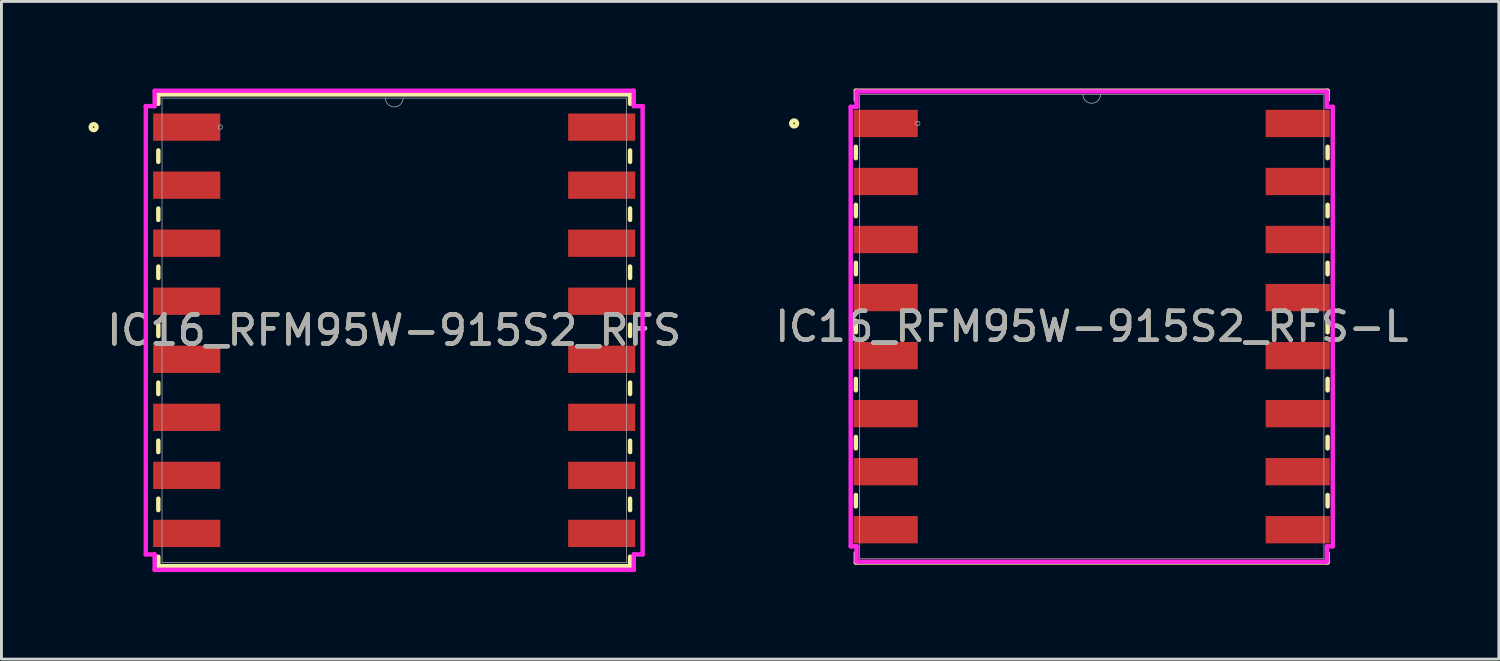
<source format=kicad_pcb>
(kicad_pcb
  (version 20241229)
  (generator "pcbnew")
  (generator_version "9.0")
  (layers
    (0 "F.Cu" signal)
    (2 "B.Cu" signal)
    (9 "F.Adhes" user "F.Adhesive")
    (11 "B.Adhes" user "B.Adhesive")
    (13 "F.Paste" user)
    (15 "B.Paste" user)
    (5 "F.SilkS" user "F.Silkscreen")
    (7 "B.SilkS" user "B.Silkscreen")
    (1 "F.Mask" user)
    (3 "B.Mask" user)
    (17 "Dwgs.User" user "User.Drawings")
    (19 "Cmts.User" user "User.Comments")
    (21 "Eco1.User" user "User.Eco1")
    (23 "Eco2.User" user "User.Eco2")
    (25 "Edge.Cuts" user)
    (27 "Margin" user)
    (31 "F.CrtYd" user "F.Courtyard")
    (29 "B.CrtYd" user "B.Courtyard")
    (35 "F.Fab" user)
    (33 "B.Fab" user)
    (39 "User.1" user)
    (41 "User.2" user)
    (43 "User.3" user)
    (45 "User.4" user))
  (footprint "IC16_RFM95W-915S2_RFS"
    (layer "F.Cu")
    (at 10.534 8.331)
    (property "Reference" "IC16_RFM95W-915S2_RFS" (at 0 0 0) (unlocked yes) (layer "F.SilkS") (effects (font (size 1 1) (thickness 0.15))))
    (attr smd)
    (fp_line (start -8.128 -8.128) (end -8.128 -7.803) (stroke (width 0.152) (type solid)) (layer "F.SilkS"))
    (fp_line (start -8.128 -6.197) (end -8.128 -5.803) (stroke (width 0.152) (type solid)) (layer "F.SilkS"))
    (fp_line (start -8.128 -4.197) (end -8.128 -3.803) (stroke (width 0.152) (type solid)) (layer "F.SilkS"))
    (fp_line (start -8.128 -2.197) (end -8.128 -1.803) (stroke (width 0.152) (type solid)) (layer "F.SilkS"))
    (fp_line (start -8.128 -0.197) (end -8.128 0.197) (stroke (width 0.152) (type solid)) (layer "F.SilkS"))
    (fp_line (start -8.128 1.803) (end -8.128 2.197) (stroke (width 0.152) (type solid)) (layer "F.SilkS"))
    (fp_line (start -8.128 3.803) (end -8.128 4.197) (stroke (width 0.152) (type solid)) (layer "F.SilkS"))
    (fp_line (start -8.128 5.803) (end -8.128 6.197) (stroke (width 0.152) (type solid)) (layer "F.SilkS"))
    (fp_line (start -8.128 7.803) (end -8.128 8.128) (stroke (width 0.152) (type solid)) (layer "F.SilkS"))
    (fp_line (start -8.128 8.128) (end 8.128 8.128) (stroke (width 0.152) (type solid)) (layer "F.SilkS"))
    (fp_line (start 8.128 -8.128) (end -8.128 -8.128) (stroke (width 0.152) (type solid)) (layer "F.SilkS"))
    (fp_line (start 8.128 -7.803) (end 8.128 -8.128) (stroke (width 0.152) (type solid)) (layer "F.SilkS"))
    (fp_line (start 8.128 -5.803) (end 8.128 -6.197) (stroke (width 0.152) (type solid)) (layer "F.SilkS"))
    (fp_line (start 8.128 -3.803) (end 8.128 -4.197) (stroke (width 0.152) (type solid)) (layer "F.SilkS"))
    (fp_line (start 8.128 -1.803) (end 8.128 -2.197) (stroke (width 0.152) (type solid)) (layer "F.SilkS"))
    (fp_line (start 8.128 0.197) (end 8.128 -0.197) (stroke (width 0.152) (type solid)) (layer "F.SilkS"))
    (fp_line (start 8.128 2.197) (end 8.128 1.803) (stroke (width 0.152) (type solid)) (layer "F.SilkS"))
    (fp_line (start 8.128 4.197) (end 8.128 3.803) (stroke (width 0.152) (type solid)) (layer "F.SilkS"))
    (fp_line (start 8.128 6.197) (end 8.128 5.803) (stroke (width 0.152) (type solid)) (layer "F.SilkS"))
    (fp_line (start 8.128 8.128) (end 8.128 7.803) (stroke (width 0.152) (type solid)) (layer "F.SilkS"))
    (fp_circle (center -10.357 -7) (end -10.255 -7) (stroke (width 0.152) (type solid)) (fill no) (layer "F.SilkS"))
    (fp_line (start -8.56 -7.724) (end -8.255 -7.724) (stroke (width 0.152) (type solid)) (layer "F.CrtYd"))
    (fp_line (start -8.56 7.724) (end -8.56 -7.724) (stroke (width 0.152) (type solid)) (layer "F.CrtYd"))
    (fp_line (start -8.56 7.724) (end -8.255 7.724) (stroke (width 0.152) (type solid)) (layer "F.CrtYd"))
    (fp_line (start -8.255 -8.255) (end 8.255 -8.255) (stroke (width 0.152) (type solid)) (layer "F.CrtYd"))
    (fp_line (start -8.255 -7.724) (end -8.255 -8.255) (stroke (width 0.152) (type solid)) (layer "F.CrtYd"))
    (fp_line (start -8.255 8.255) (end -8.255 7.724) (stroke (width 0.152) (type solid)) (layer "F.CrtYd"))
    (fp_line (start 8.255 -8.255) (end 8.255 -7.724) (stroke (width 0.152) (type solid)) (layer "F.CrtYd"))
    (fp_line (start 8.255 7.724) (end 8.255 8.255) (stroke (width 0.152) (type solid)) (layer "F.CrtYd"))
    (fp_line (start 8.255 8.255) (end -8.255 8.255) (stroke (width 0.152) (type solid)) (layer "F.CrtYd"))
    (fp_line (start 8.56 -7.724) (end 8.255 -7.724) (stroke (width 0.152) (type solid)) (layer "F.CrtYd"))
    (fp_line (start 8.56 -7.724) (end 8.56 7.724) (stroke (width 0.152) (type solid)) (layer "F.CrtYd"))
    (fp_line (start 8.56 7.724) (end 8.255 7.724) (stroke (width 0.152) (type solid)) (layer "F.CrtYd"))
    (fp_line (start -8.001 -8.001) (end -8.001 8.001) (stroke (width 0.025) (type solid)) (layer "F.Fab"))
    (fp_line (start -8.001 8.001) (end 8.001 8.001) (stroke (width 0.025) (type solid)) (layer "F.Fab"))
    (fp_line (start 8.001 -8.001) (end -8.001 -8.001) (stroke (width 0.025) (type solid)) (layer "F.Fab"))
    (fp_line (start 8.001 8.001) (end 8.001 -8.001) (stroke (width 0.025) (type solid)) (layer "F.Fab"))
    (fp_arc (start 0.3048 -8.001) (mid 0 -7.6962) (end -0.3048 -8.001) (stroke (width 0.0254) (type solid)) (layer "F.Fab"))
    (fp_circle (center -5.994 -7) (end -5.918 -7) (stroke (width 0.025) (type solid)) (fill no) (layer "F.Fab"))
    (fp_text user "${REFERENCE}" (at 0 0 0) (unlocked yes) (layer "F.Fab") (effects (font (size 1 1) (thickness 0.15))))
    (pad "1" smd rect (at -7.15 -7) (size 2.311 0.94) (layers "F.Cu" "F.Mask" "F.Paste"))
    (pad "2" smd rect (at -7.15 -5) (size 2.311 0.94) (layers "F.Cu" "F.Mask" "F.Paste"))
    (pad "3" smd rect (at -7.15 -3) (size 2.311 0.94) (layers "F.Cu" "F.Mask" "F.Paste"))
    (pad "4" smd rect (at -7.15 -1) (size 2.311 0.94) (layers "F.Cu" "F.Mask" "F.Paste"))
    (pad "5" smd rect (at -7.15 1) (size 2.311 0.94) (layers "F.Cu" "F.Mask" "F.Paste"))
    (pad "6" smd rect (at -7.15 3) (size 2.311 0.94) (layers "F.Cu" "F.Mask" "F.Paste"))
    (pad "7" smd rect (at -7.15 5) (size 2.311 0.94) (layers "F.Cu" "F.Mask" "F.Paste"))
    (pad "8" smd rect (at -7.15 7) (size 2.311 0.94) (layers "F.Cu" "F.Mask" "F.Paste"))
    (pad "9" smd rect (at 7.15 7) (size 2.311 0.94) (layers "F.Cu" "F.Mask" "F.Paste"))
    (pad "10" smd rect (at 7.15 5) (size 2.311 0.94) (layers "F.Cu" "F.Mask" "F.Paste"))
    (pad "11" smd rect (at 7.15 3) (size 2.311 0.94) (layers "F.Cu" "F.Mask" "F.Paste"))
    (pad "12" smd rect (at 7.15 1) (size 2.311 0.94) (layers "F.Cu" "F.Mask" "F.Paste"))
    (pad "13" smd rect (at 7.15 -1) (size 2.311 0.94) (layers "F.Cu" "F.Mask" "F.Paste"))
    (pad "14" smd rect (at 7.15 -3) (size 2.311 0.94) (layers "F.Cu" "F.Mask" "F.Paste"))
    (pad "15" smd rect (at 7.15 -5) (size 2.311 0.94) (layers "F.Cu" "F.Mask" "F.Paste"))
    (pad "16" smd rect (at 7.15 -7) (size 2.311 0.94) (layers "F.Cu" "F.Mask" "F.Paste")))
  (footprint "IC16_RFM95W-915S2_RFS-L"
    (layer "F.Cu")
    (at 34.57 8.204)
    (property "Reference" "IC16_RFM95W-915S2_RFS-L" (at 0 0 0) (unlocked yes) (layer "F.SilkS") (effects (font (size 1 1) (thickness 0.15))))
    (attr smd)
    (fp_line (start -8.128 -8.128) (end -8.128 -7.803) (stroke (width 0.152) (type solid)) (layer "F.SilkS"))
    (fp_line (start -8.128 -6.197) (end -8.128 -5.803) (stroke (width 0.152) (type solid)) (layer "F.SilkS"))
    (fp_line (start -8.128 -4.197) (end -8.128 -3.803) (stroke (width 0.152) (type solid)) (layer "F.SilkS"))
    (fp_line (start -8.128 -2.197) (end -8.128 -1.803) (stroke (width 0.152) (type solid)) (layer "F.SilkS"))
    (fp_line (start -8.128 -0.197) (end -8.128 0.197) (stroke (width 0.152) (type solid)) (layer "F.SilkS"))
    (fp_line (start -8.128 1.803) (end -8.128 2.197) (stroke (width 0.152) (type solid)) (layer "F.SilkS"))
    (fp_line (start -8.128 3.803) (end -8.128 4.197) (stroke (width 0.152) (type solid)) (layer "F.SilkS"))
    (fp_line (start -8.128 5.803) (end -8.128 6.197) (stroke (width 0.152) (type solid)) (layer "F.SilkS"))
    (fp_line (start -8.128 7.803) (end -8.128 8.128) (stroke (width 0.152) (type solid)) (layer "F.SilkS"))
    (fp_line (start -8.128 8.128) (end 8.128 8.128) (stroke (width 0.152) (type solid)) (layer "F.SilkS"))
    (fp_line (start 8.128 -8.128) (end -8.128 -8.128) (stroke (width 0.152) (type solid)) (layer "F.SilkS"))
    (fp_line (start 8.128 -7.803) (end 8.128 -8.128) (stroke (width 0.152) (type solid)) (layer "F.SilkS"))
    (fp_line (start 8.128 -5.803) (end 8.128 -6.197) (stroke (width 0.152) (type solid)) (layer "F.SilkS"))
    (fp_line (start 8.128 -3.803) (end 8.128 -4.197) (stroke (width 0.152) (type solid)) (layer "F.SilkS"))
    (fp_line (start 8.128 -1.803) (end 8.128 -2.197) (stroke (width 0.152) (type solid)) (layer "F.SilkS"))
    (fp_line (start 8.128 0.197) (end 8.128 -0.197) (stroke (width 0.152) (type solid)) (layer "F.SilkS"))
    (fp_line (start 8.128 2.197) (end 8.128 1.803) (stroke (width 0.152) (type solid)) (layer "F.SilkS"))
    (fp_line (start 8.128 4.197) (end 8.128 3.803) (stroke (width 0.152) (type solid)) (layer "F.SilkS"))
    (fp_line (start 8.128 6.197) (end 8.128 5.803) (stroke (width 0.152) (type solid)) (layer "F.SilkS"))
    (fp_line (start 8.128 8.128) (end 8.128 7.803) (stroke (width 0.152) (type solid)) (layer "F.SilkS"))
    (fp_circle (center -10.255 -7) (end -10.153 -7) (stroke (width 0.152) (type solid)) (fill no) (layer "F.SilkS"))
    (fp_line (start -8.306 -7.572) (end -8.103 -7.572) (stroke (width 0.152) (type solid)) (layer "F.CrtYd"))
    (fp_line (start -8.306 7.572) (end -8.306 -7.572) (stroke (width 0.152) (type solid)) (layer "F.CrtYd"))
    (fp_line (start -8.306 7.572) (end -8.103 7.572) (stroke (width 0.152) (type solid)) (layer "F.CrtYd"))
    (fp_line (start -8.103 -8.103) (end 8.103 -8.103) (stroke (width 0.152) (type solid)) (layer "F.CrtYd"))
    (fp_line (start -8.103 -7.572) (end -8.103 -8.103) (stroke (width 0.152) (type solid)) (layer "F.CrtYd"))
    (fp_line (start -8.103 8.103) (end -8.103 7.572) (stroke (width 0.152) (type solid)) (layer "F.CrtYd"))
    (fp_line (start 8.103 -8.103) (end 8.103 -7.572) (stroke (width 0.152) (type solid)) (layer "F.CrtYd"))
    (fp_line (start 8.103 7.572) (end 8.103 8.103) (stroke (width 0.152) (type solid)) (layer "F.CrtYd"))
    (fp_line (start 8.103 8.103) (end -8.103 8.103) (stroke (width 0.152) (type solid)) (layer "F.CrtYd"))
    (fp_line (start 8.306 -7.572) (end 8.103 -7.572) (stroke (width 0.152) (type solid)) (layer "F.CrtYd"))
    (fp_line (start 8.306 -7.572) (end 8.306 7.572) (stroke (width 0.152) (type solid)) (layer "F.CrtYd"))
    (fp_line (start 8.306 7.572) (end 8.103 7.572) (stroke (width 0.152) (type solid)) (layer "F.CrtYd"))
    (fp_line (start -8.001 -8.001) (end -8.001 8.001) (stroke (width 0.025) (type solid)) (layer "F.Fab"))
    (fp_line (start -8.001 8.001) (end 8.001 8.001) (stroke (width 0.025) (type solid)) (layer "F.Fab"))
    (fp_line (start 8.001 -8.001) (end -8.001 -8.001) (stroke (width 0.025) (type solid)) (layer "F.Fab"))
    (fp_line (start 8.001 8.001) (end 8.001 -8.001) (stroke (width 0.025) (type solid)) (layer "F.Fab"))
    (fp_arc (start 0.3048 -8.001) (mid 0 -7.6962) (end -0.3048 -8.001) (stroke (width 0.0254) (type solid)) (layer "F.Fab"))
    (fp_circle (center -5.994 -7) (end -5.918 -7) (stroke (width 0.025) (type solid)) (fill no) (layer "F.Fab"))
    (fp_text user "${REFERENCE}" (at 0 0 0) (unlocked yes) (layer "F.Fab") (effects (font (size 1 1) (thickness 0.15))))
    (pad "1" smd rect (at -7.099 -7) (size 2.21 0.94) (layers "F.Cu" "F.Mask" "F.Paste"))
    (pad "2" smd rect (at -7.099 -5) (size 2.21 0.94) (layers "F.Cu" "F.Mask" "F.Paste"))
    (pad "3" smd rect (at -7.099 -3) (size 2.21 0.94) (layers "F.Cu" "F.Mask" "F.Paste"))
    (pad "4" smd rect (at -7.099 -1) (size 2.21 0.94) (layers "F.Cu" "F.Mask" "F.Paste"))
    (pad "5" smd rect (at -7.099 1) (size 2.21 0.94) (layers "F.Cu" "F.Mask" "F.Paste"))
    (pad "6" smd rect (at -7.099 3) (size 2.21 0.94) (layers "F.Cu" "F.Mask" "F.Paste"))
    (pad "7" smd rect (at -7.099 5) (size 2.21 0.94) (layers "F.Cu" "F.Mask" "F.Paste"))
    (pad "8" smd rect (at -7.099 7) (size 2.21 0.94) (layers "F.Cu" "F.Mask" "F.Paste"))
    (pad "9" smd rect (at 7.099 7) (size 2.21 0.94) (layers "F.Cu" "F.Mask" "F.Paste"))
    (pad "10" smd rect (at 7.099 5) (size 2.21 0.94) (layers "F.Cu" "F.Mask" "F.Paste"))
    (pad "11" smd rect (at 7.099 3) (size 2.21 0.94) (layers "F.Cu" "F.Mask" "F.Paste"))
    (pad "12" smd rect (at 7.099 1) (size 2.21 0.94) (layers "F.Cu" "F.Mask" "F.Paste"))
    (pad "13" smd rect (at 7.099 -1) (size 2.21 0.94) (layers "F.Cu" "F.Mask" "F.Paste"))
    (pad "14" smd rect (at 7.099 -3) (size 2.21 0.94) (layers "F.Cu" "F.Mask" "F.Paste"))
    (pad "15" smd rect (at 7.099 -5) (size 2.21 0.94) (layers "F.Cu" "F.Mask" "F.Paste"))
    (pad "16" smd rect (at 7.099 -7) (size 2.21 0.94) (layers "F.Cu" "F.Mask" "F.Paste")))
  (gr_rect
    (start -3 -3)
    (end 48.6 19.662)
    (stroke (width 0.1) (type default))
    (fill no)
    (layer "Edge.Cuts")))
</source>
